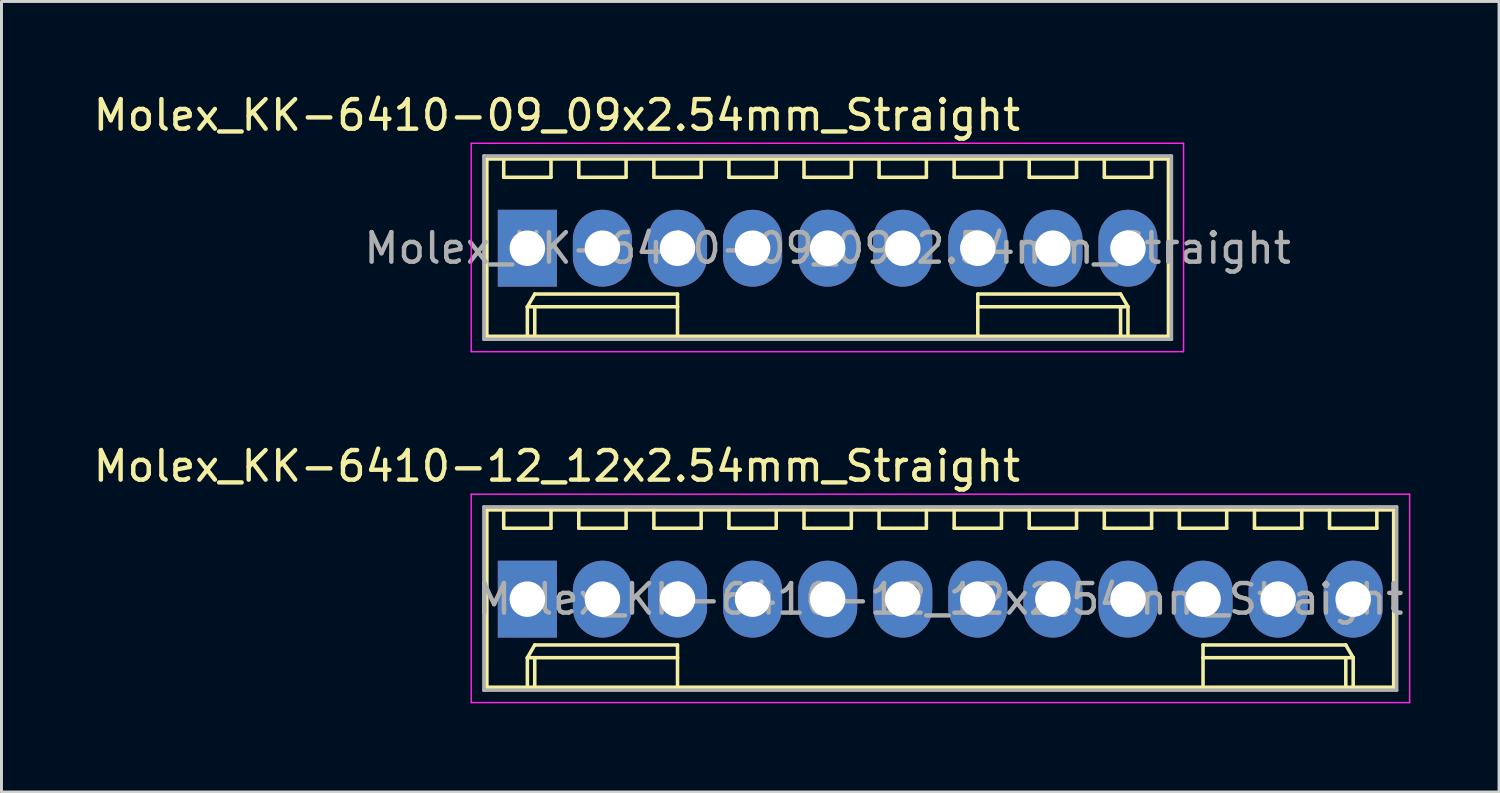
<source format=kicad_pcb>
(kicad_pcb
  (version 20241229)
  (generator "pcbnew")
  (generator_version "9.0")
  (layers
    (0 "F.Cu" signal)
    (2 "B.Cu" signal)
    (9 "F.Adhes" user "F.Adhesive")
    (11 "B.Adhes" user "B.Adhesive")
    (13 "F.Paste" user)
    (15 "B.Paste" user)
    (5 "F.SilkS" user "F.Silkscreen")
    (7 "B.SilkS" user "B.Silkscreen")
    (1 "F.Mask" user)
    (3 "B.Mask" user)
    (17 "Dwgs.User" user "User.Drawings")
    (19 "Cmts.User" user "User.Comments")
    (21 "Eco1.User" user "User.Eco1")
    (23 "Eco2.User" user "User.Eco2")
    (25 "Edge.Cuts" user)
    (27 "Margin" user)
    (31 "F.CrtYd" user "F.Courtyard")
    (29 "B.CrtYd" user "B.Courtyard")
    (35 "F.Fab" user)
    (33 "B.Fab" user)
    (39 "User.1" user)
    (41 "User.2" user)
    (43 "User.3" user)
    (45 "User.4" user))
  (footprint "Molex_KK-6410-09_09x2.54mm_Straight"
    (layer "F.Cu")
    (at 14.792 5.348)
    (property "Reference" "Molex_KK-6410-09_09x2.54mm_Straight" (at 1 -4.5 0) (layer "F.SilkS") (effects (font (size 1 1) (thickness 0.15))))
    (attr through_hole)
    (fp_line (start -1.37 -3.02) (end -1.37 2.98) (stroke (width 0.12) (type solid)) (layer "F.SilkS"))
    (fp_line (start -1.37 2.98) (end 21.69 2.98) (stroke (width 0.12) (type solid)) (layer "F.SilkS"))
    (fp_line (start -0.8 -3.02) (end -0.8 -2.4) (stroke (width 0.12) (type solid)) (layer "F.SilkS"))
    (fp_line (start -0.8 -2.4) (end 0.8 -2.4) (stroke (width 0.12) (type solid)) (layer "F.SilkS"))
    (fp_line (start 0 1.98) (end 0.25 1.55) (stroke (width 0.12) (type solid)) (layer "F.SilkS"))
    (fp_line (start 0 1.98) (end 5.08 1.98) (stroke (width 0.12) (type solid)) (layer "F.SilkS"))
    (fp_line (start 0 2.98) (end 0 1.98) (stroke (width 0.12) (type solid)) (layer "F.SilkS"))
    (fp_line (start 0.25 1.55) (end 5.08 1.55) (stroke (width 0.12) (type solid)) (layer "F.SilkS"))
    (fp_line (start 0.25 2.98) (end 0.25 1.98) (stroke (width 0.12) (type solid)) (layer "F.SilkS"))
    (fp_line (start 0.8 -2.4) (end 0.8 -3.02) (stroke (width 0.12) (type solid)) (layer "F.SilkS"))
    (fp_line (start 1.74 -3.02) (end 1.74 -2.4) (stroke (width 0.12) (type solid)) (layer "F.SilkS"))
    (fp_line (start 1.74 -2.4) (end 3.34 -2.4) (stroke (width 0.12) (type solid)) (layer "F.SilkS"))
    (fp_line (start 3.34 -2.4) (end 3.34 -3.02) (stroke (width 0.12) (type solid)) (layer "F.SilkS"))
    (fp_line (start 4.28 -3.02) (end 4.28 -2.4) (stroke (width 0.12) (type solid)) (layer "F.SilkS"))
    (fp_line (start 4.28 -2.4) (end 5.88 -2.4) (stroke (width 0.12) (type solid)) (layer "F.SilkS"))
    (fp_line (start 5.08 1.55) (end 5.08 1.98) (stroke (width 0.12) (type solid)) (layer "F.SilkS"))
    (fp_line (start 5.08 1.98) (end 5.08 2.98) (stroke (width 0.12) (type solid)) (layer "F.SilkS"))
    (fp_line (start 5.88 -2.4) (end 5.88 -3.02) (stroke (width 0.12) (type solid)) (layer "F.SilkS"))
    (fp_line (start 6.82 -3.02) (end 6.82 -2.4) (stroke (width 0.12) (type solid)) (layer "F.SilkS"))
    (fp_line (start 6.82 -2.4) (end 8.42 -2.4) (stroke (width 0.12) (type solid)) (layer "F.SilkS"))
    (fp_line (start 8.42 -2.4) (end 8.42 -3.02) (stroke (width 0.12) (type solid)) (layer "F.SilkS"))
    (fp_line (start 9.36 -3.02) (end 9.36 -2.4) (stroke (width 0.12) (type solid)) (layer "F.SilkS"))
    (fp_line (start 9.36 -2.4) (end 10.96 -2.4) (stroke (width 0.12) (type solid)) (layer "F.SilkS"))
    (fp_line (start 10.96 -2.4) (end 10.96 -3.02) (stroke (width 0.12) (type solid)) (layer "F.SilkS"))
    (fp_line (start 11.9 -3.02) (end 11.9 -2.4) (stroke (width 0.12) (type solid)) (layer "F.SilkS"))
    (fp_line (start 11.9 -2.4) (end 13.5 -2.4) (stroke (width 0.12) (type solid)) (layer "F.SilkS"))
    (fp_line (start 13.5 -2.4) (end 13.5 -3.02) (stroke (width 0.12) (type solid)) (layer "F.SilkS"))
    (fp_line (start 14.44 -3.02) (end 14.44 -2.4) (stroke (width 0.12) (type solid)) (layer "F.SilkS"))
    (fp_line (start 14.44 -2.4) (end 16.04 -2.4) (stroke (width 0.12) (type solid)) (layer "F.SilkS"))
    (fp_line (start 15.24 1.55) (end 15.24 1.98) (stroke (width 0.12) (type solid)) (layer "F.SilkS"))
    (fp_line (start 15.24 1.98) (end 15.24 2.98) (stroke (width 0.12) (type solid)) (layer "F.SilkS"))
    (fp_line (start 16.04 -2.4) (end 16.04 -3.02) (stroke (width 0.12) (type solid)) (layer "F.SilkS"))
    (fp_line (start 16.98 -3.02) (end 16.98 -2.4) (stroke (width 0.12) (type solid)) (layer "F.SilkS"))
    (fp_line (start 16.98 -2.4) (end 18.58 -2.4) (stroke (width 0.12) (type solid)) (layer "F.SilkS"))
    (fp_line (start 18.58 -2.4) (end 18.58 -3.02) (stroke (width 0.12) (type solid)) (layer "F.SilkS"))
    (fp_line (start 19.52 -3.02) (end 19.52 -2.4) (stroke (width 0.12) (type solid)) (layer "F.SilkS"))
    (fp_line (start 19.52 -2.4) (end 21.12 -2.4) (stroke (width 0.12) (type solid)) (layer "F.SilkS"))
    (fp_line (start 20.07 1.55) (end 15.24 1.55) (stroke (width 0.12) (type solid)) (layer "F.SilkS"))
    (fp_line (start 20.07 2.98) (end 20.07 1.98) (stroke (width 0.12) (type solid)) (layer "F.SilkS"))
    (fp_line (start 20.32 1.98) (end 15.24 1.98) (stroke (width 0.12) (type solid)) (layer "F.SilkS"))
    (fp_line (start 20.32 1.98) (end 20.07 1.55) (stroke (width 0.12) (type solid)) (layer "F.SilkS"))
    (fp_line (start 20.32 2.98) (end 20.32 1.98) (stroke (width 0.12) (type solid)) (layer "F.SilkS"))
    (fp_line (start 21.12 -2.4) (end 21.12 -3.02) (stroke (width 0.12) (type solid)) (layer "F.SilkS"))
    (fp_line (start 21.69 -3.02) (end -1.37 -3.02) (stroke (width 0.12) (type solid)) (layer "F.SilkS"))
    (fp_line (start 21.69 2.98) (end 21.69 -3.02) (stroke (width 0.12) (type solid)) (layer "F.SilkS"))
    (fp_line (start -1.9 -3.55) (end 22.2 -3.55) (stroke (width 0.05) (type solid)) (layer "F.CrtYd"))
    (fp_line (start -1.9 3.5) (end -1.9 -3.55) (stroke (width 0.05) (type solid)) (layer "F.CrtYd"))
    (fp_line (start 22.2 -3.55) (end 22.2 3.5) (stroke (width 0.05) (type solid)) (layer "F.CrtYd"))
    (fp_line (start 22.2 3.5) (end -1.9 3.5) (stroke (width 0.05) (type solid)) (layer "F.CrtYd"))
    (fp_line (start -1.47 -3.12) (end -1.47 3.08) (stroke (width 0.12) (type solid)) (layer "F.Fab"))
    (fp_line (start -1.47 3.08) (end 21.79 3.08) (stroke (width 0.12) (type solid)) (layer "F.Fab"))
    (fp_line (start 21.79 -3.12) (end -1.47 -3.12) (stroke (width 0.12) (type solid)) (layer "F.Fab"))
    (fp_line (start 21.79 3.08) (end 21.79 -3.12) (stroke (width 0.12) (type solid)) (layer "F.Fab"))
    (fp_text user "${REFERENCE}" (at 10.16 0 0) (layer "F.Fab") (effects (font (size 1 1) (thickness 0.15))))
    (pad "1" thru_hole rect (at 0 0) (size 2 2.6) (drill 1.2) (layers "*.Cu" "*.Mask"))
    (pad "2" thru_hole oval (at 2.54 0) (size 2 2.6) (drill 1.2) (layers "*.Cu" "*.Mask"))
    (pad "3" thru_hole oval (at 5.08 0) (size 2 2.6) (drill 1.2) (layers "*.Cu" "*.Mask"))
    (pad "4" thru_hole oval (at 7.62 0) (size 2 2.6) (drill 1.2) (layers "*.Cu" "*.Mask"))
    (pad "5" thru_hole oval (at 10.16 0) (size 2 2.6) (drill 1.2) (layers "*.Cu" "*.Mask"))
    (pad "6" thru_hole oval (at 12.7 0) (size 2 2.6) (drill 1.2) (layers "*.Cu" "*.Mask"))
    (pad "7" thru_hole oval (at 15.24 0) (size 2 2.6) (drill 1.2) (layers "*.Cu" "*.Mask"))
    (pad "8" thru_hole oval (at 17.78 0) (size 2 2.6) (drill 1.2) (layers "*.Cu" "*.Mask"))
    (pad "9" thru_hole oval (at 20.32 0) (size 2 2.6) (drill 1.2) (layers "*.Cu" "*.Mask")))
  (footprint "Molex_KK-6410-12_12x2.54mm_Straight"
    (layer "F.Cu")
    (at 14.792 17.221)
    (property "Reference" "Molex_KK-6410-12_12x2.54mm_Straight" (at 1 -4.5 0) (layer "F.SilkS") (effects (font (size 1 1) (thickness 0.15))))
    (attr through_hole)
    (fp_line (start -1.37 -3.02) (end -1.37 2.98) (stroke (width 0.12) (type solid)) (layer "F.SilkS"))
    (fp_line (start -1.37 2.98) (end 29.31 2.98) (stroke (width 0.12) (type solid)) (layer "F.SilkS"))
    (fp_line (start -0.8 -3.02) (end -0.8 -2.4) (stroke (width 0.12) (type solid)) (layer "F.SilkS"))
    (fp_line (start -0.8 -2.4) (end 0.8 -2.4) (stroke (width 0.12) (type solid)) (layer "F.SilkS"))
    (fp_line (start 0 1.98) (end 0.25 1.55) (stroke (width 0.12) (type solid)) (layer "F.SilkS"))
    (fp_line (start 0 1.98) (end 5.08 1.98) (stroke (width 0.12) (type solid)) (layer "F.SilkS"))
    (fp_line (start 0 2.98) (end 0 1.98) (stroke (width 0.12) (type solid)) (layer "F.SilkS"))
    (fp_line (start 0.25 1.55) (end 5.08 1.55) (stroke (width 0.12) (type solid)) (layer "F.SilkS"))
    (fp_line (start 0.25 2.98) (end 0.25 1.98) (stroke (width 0.12) (type solid)) (layer "F.SilkS"))
    (fp_line (start 0.8 -2.4) (end 0.8 -3.02) (stroke (width 0.12) (type solid)) (layer "F.SilkS"))
    (fp_line (start 1.74 -3.02) (end 1.74 -2.4) (stroke (width 0.12) (type solid)) (layer "F.SilkS"))
    (fp_line (start 1.74 -2.4) (end 3.34 -2.4) (stroke (width 0.12) (type solid)) (layer "F.SilkS"))
    (fp_line (start 3.34 -2.4) (end 3.34 -3.02) (stroke (width 0.12) (type solid)) (layer "F.SilkS"))
    (fp_line (start 4.28 -3.02) (end 4.28 -2.4) (stroke (width 0.12) (type solid)) (layer "F.SilkS"))
    (fp_line (start 4.28 -2.4) (end 5.88 -2.4) (stroke (width 0.12) (type solid)) (layer "F.SilkS"))
    (fp_line (start 5.08 1.55) (end 5.08 1.98) (stroke (width 0.12) (type solid)) (layer "F.SilkS"))
    (fp_line (start 5.08 1.98) (end 5.08 2.98) (stroke (width 0.12) (type solid)) (layer "F.SilkS"))
    (fp_line (start 5.88 -2.4) (end 5.88 -3.02) (stroke (width 0.12) (type solid)) (layer "F.SilkS"))
    (fp_line (start 6.82 -3.02) (end 6.82 -2.4) (stroke (width 0.12) (type solid)) (layer "F.SilkS"))
    (fp_line (start 6.82 -2.4) (end 8.42 -2.4) (stroke (width 0.12) (type solid)) (layer "F.SilkS"))
    (fp_line (start 8.42 -2.4) (end 8.42 -3.02) (stroke (width 0.12) (type solid)) (layer "F.SilkS"))
    (fp_line (start 9.36 -3.02) (end 9.36 -2.4) (stroke (width 0.12) (type solid)) (layer "F.SilkS"))
    (fp_line (start 9.36 -2.4) (end 10.96 -2.4) (stroke (width 0.12) (type solid)) (layer "F.SilkS"))
    (fp_line (start 10.96 -2.4) (end 10.96 -3.02) (stroke (width 0.12) (type solid)) (layer "F.SilkS"))
    (fp_line (start 11.9 -3.02) (end 11.9 -2.4) (stroke (width 0.12) (type solid)) (layer "F.SilkS"))
    (fp_line (start 11.9 -2.4) (end 13.5 -2.4) (stroke (width 0.12) (type solid)) (layer "F.SilkS"))
    (fp_line (start 13.5 -2.4) (end 13.5 -3.02) (stroke (width 0.12) (type solid)) (layer "F.SilkS"))
    (fp_line (start 14.44 -3.02) (end 14.44 -2.4) (stroke (width 0.12) (type solid)) (layer "F.SilkS"))
    (fp_line (start 14.44 -2.4) (end 16.04 -2.4) (stroke (width 0.12) (type solid)) (layer "F.SilkS"))
    (fp_line (start 16.04 -2.4) (end 16.04 -3.02) (stroke (width 0.12) (type solid)) (layer "F.SilkS"))
    (fp_line (start 16.98 -3.02) (end 16.98 -2.4) (stroke (width 0.12) (type solid)) (layer "F.SilkS"))
    (fp_line (start 16.98 -2.4) (end 18.58 -2.4) (stroke (width 0.12) (type solid)) (layer "F.SilkS"))
    (fp_line (start 18.58 -2.4) (end 18.58 -3.02) (stroke (width 0.12) (type solid)) (layer "F.SilkS"))
    (fp_line (start 19.52 -3.02) (end 19.52 -2.4) (stroke (width 0.12) (type solid)) (layer "F.SilkS"))
    (fp_line (start 19.52 -2.4) (end 21.12 -2.4) (stroke (width 0.12) (type solid)) (layer "F.SilkS"))
    (fp_line (start 21.12 -2.4) (end 21.12 -3.02) (stroke (width 0.12) (type solid)) (layer "F.SilkS"))
    (fp_line (start 22.06 -3.02) (end 22.06 -2.4) (stroke (width 0.12) (type solid)) (layer "F.SilkS"))
    (fp_line (start 22.06 -2.4) (end 23.66 -2.4) (stroke (width 0.12) (type solid)) (layer "F.SilkS"))
    (fp_line (start 22.86 1.55) (end 22.86 1.98) (stroke (width 0.12) (type solid)) (layer "F.SilkS"))
    (fp_line (start 22.86 1.98) (end 22.86 2.98) (stroke (width 0.12) (type solid)) (layer "F.SilkS"))
    (fp_line (start 23.66 -2.4) (end 23.66 -3.02) (stroke (width 0.12) (type solid)) (layer "F.SilkS"))
    (fp_line (start 24.6 -3.02) (end 24.6 -2.4) (stroke (width 0.12) (type solid)) (layer "F.SilkS"))
    (fp_line (start 24.6 -2.4) (end 26.2 -2.4) (stroke (width 0.12) (type solid)) (layer "F.SilkS"))
    (fp_line (start 26.2 -2.4) (end 26.2 -3.02) (stroke (width 0.12) (type solid)) (layer "F.SilkS"))
    (fp_line (start 27.14 -3.02) (end 27.14 -2.4) (stroke (width 0.12) (type solid)) (layer "F.SilkS"))
    (fp_line (start 27.14 -2.4) (end 28.74 -2.4) (stroke (width 0.12) (type solid)) (layer "F.SilkS"))
    (fp_line (start 27.69 1.55) (end 22.86 1.55) (stroke (width 0.12) (type solid)) (layer "F.SilkS"))
    (fp_line (start 27.69 2.98) (end 27.69 1.98) (stroke (width 0.12) (type solid)) (layer "F.SilkS"))
    (fp_line (start 27.94 1.98) (end 22.86 1.98) (stroke (width 0.12) (type solid)) (layer "F.SilkS"))
    (fp_line (start 27.94 1.98) (end 27.69 1.55) (stroke (width 0.12) (type solid)) (layer "F.SilkS"))
    (fp_line (start 27.94 2.98) (end 27.94 1.98) (stroke (width 0.12) (type solid)) (layer "F.SilkS"))
    (fp_line (start 28.74 -2.4) (end 28.74 -3.02) (stroke (width 0.12) (type solid)) (layer "F.SilkS"))
    (fp_line (start 29.31 -3.02) (end -1.37 -3.02) (stroke (width 0.12) (type solid)) (layer "F.SilkS"))
    (fp_line (start 29.31 2.98) (end 29.31 -3.02) (stroke (width 0.12) (type solid)) (layer "F.SilkS"))
    (fp_line (start -1.9 -3.55) (end 29.85 -3.55) (stroke (width 0.05) (type solid)) (layer "F.CrtYd"))
    (fp_line (start -1.9 3.5) (end -1.9 -3.55) (stroke (width 0.05) (type solid)) (layer "F.CrtYd"))
    (fp_line (start 29.85 -3.55) (end 29.85 3.5) (stroke (width 0.05) (type solid)) (layer "F.CrtYd"))
    (fp_line (start 29.85 3.5) (end -1.9 3.5) (stroke (width 0.05) (type solid)) (layer "F.CrtYd"))
    (fp_line (start -1.47 -3.12) (end -1.47 3.08) (stroke (width 0.12) (type solid)) (layer "F.Fab"))
    (fp_line (start -1.47 3.08) (end 29.41 3.08) (stroke (width 0.12) (type solid)) (layer "F.Fab"))
    (fp_line (start 29.41 -3.12) (end -1.47 -3.12) (stroke (width 0.12) (type solid)) (layer "F.Fab"))
    (fp_line (start 29.41 3.08) (end 29.41 -3.12) (stroke (width 0.12) (type solid)) (layer "F.Fab"))
    (fp_text user "${REFERENCE}" (at 13.97 0 0) (layer "F.Fab") (effects (font (size 1 1) (thickness 0.15))))
    (pad "1" thru_hole rect (at 0 0) (size 2 2.6) (drill 1.2) (layers "*.Cu" "*.Mask"))
    (pad "2" thru_hole oval (at 2.54 0) (size 2 2.6) (drill 1.2) (layers "*.Cu" "*.Mask"))
    (pad "3" thru_hole oval (at 5.08 0) (size 2 2.6) (drill 1.2) (layers "*.Cu" "*.Mask"))
    (pad "4" thru_hole oval (at 7.62 0) (size 2 2.6) (drill 1.2) (layers "*.Cu" "*.Mask"))
    (pad "5" thru_hole oval (at 10.16 0) (size 2 2.6) (drill 1.2) (layers "*.Cu" "*.Mask"))
    (pad "6" thru_hole oval (at 12.7 0) (size 2 2.6) (drill 1.2) (layers "*.Cu" "*.Mask"))
    (pad "7" thru_hole oval (at 15.24 0) (size 2 2.6) (drill 1.2) (layers "*.Cu" "*.Mask"))
    (pad "8" thru_hole oval (at 17.78 0) (size 2 2.6) (drill 1.2) (layers "*.Cu" "*.Mask"))
    (pad "9" thru_hole oval (at 20.32 0) (size 2 2.6) (drill 1.2) (layers "*.Cu" "*.Mask"))
    (pad "10" thru_hole oval (at 22.86 0) (size 2 2.6) (drill 1.2) (layers "*.Cu" "*.Mask"))
    (pad "11" thru_hole oval (at 25.4 0) (size 2 2.6) (drill 1.2) (layers "*.Cu" "*.Mask"))
    (pad "12" thru_hole oval (at 27.94 0) (size 2 2.6) (drill 1.2) (layers "*.Cu" "*.Mask")))
  (gr_rect
    (start -3 -3)
    (end 47.667 23.747)
    (stroke (width 0.1) (type default))
    (fill no)
    (layer "Edge.Cuts")))
</source>
